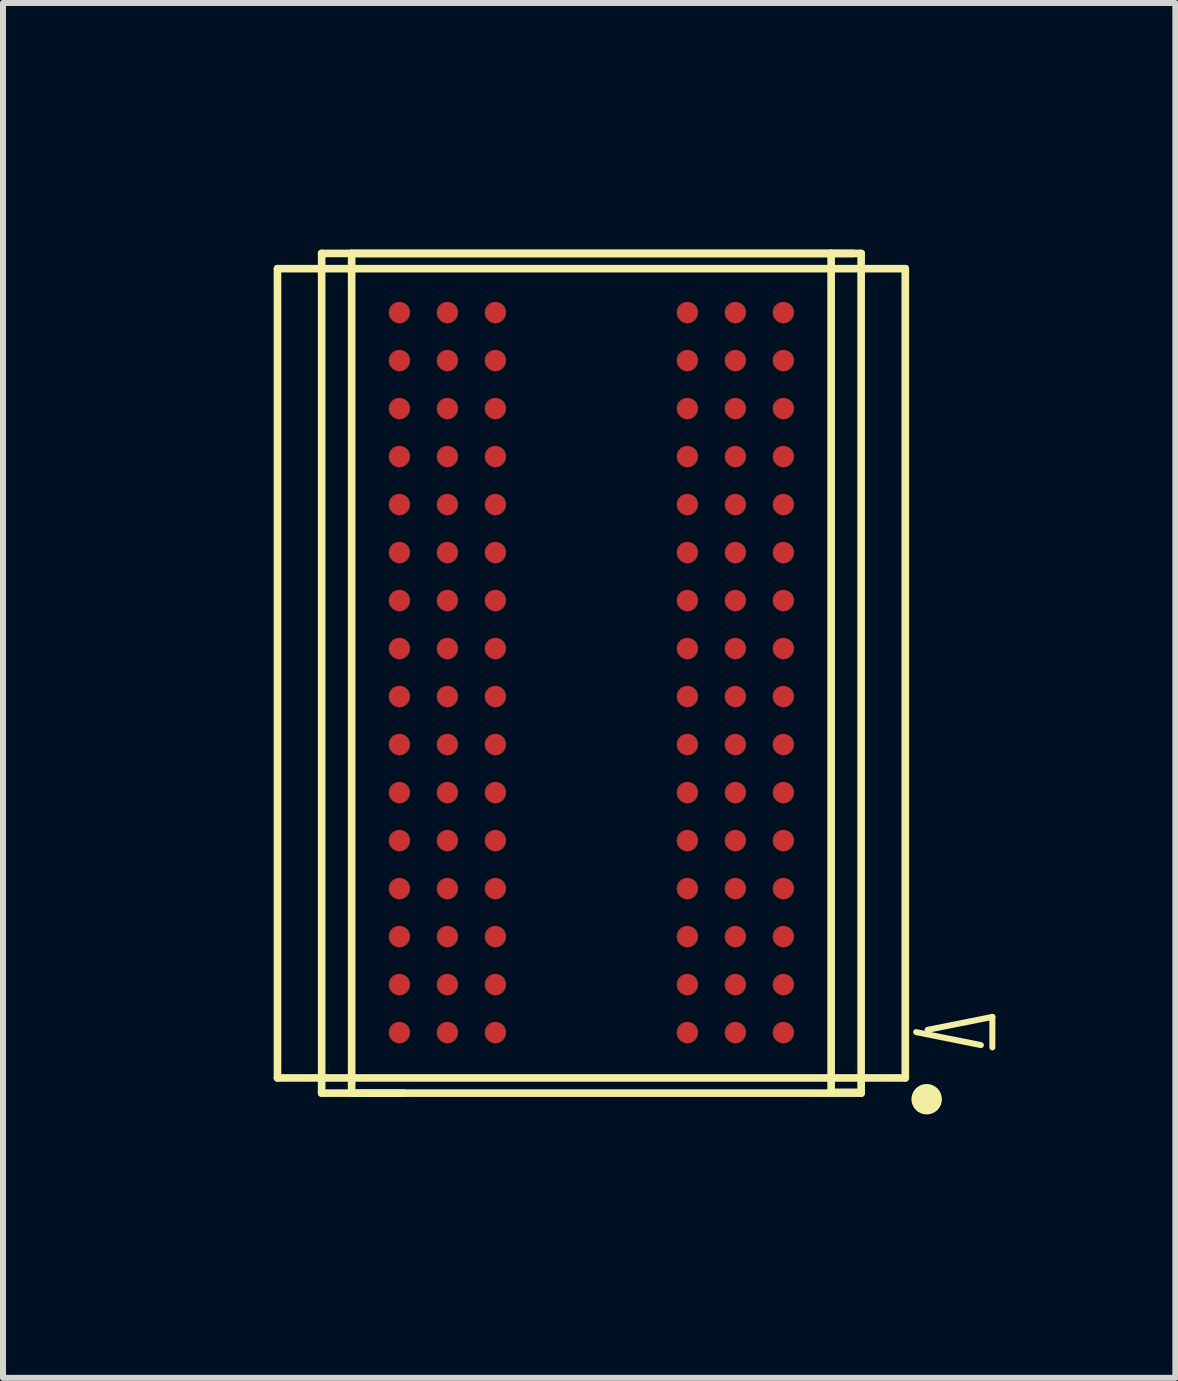
<source format=kicad_pcb>
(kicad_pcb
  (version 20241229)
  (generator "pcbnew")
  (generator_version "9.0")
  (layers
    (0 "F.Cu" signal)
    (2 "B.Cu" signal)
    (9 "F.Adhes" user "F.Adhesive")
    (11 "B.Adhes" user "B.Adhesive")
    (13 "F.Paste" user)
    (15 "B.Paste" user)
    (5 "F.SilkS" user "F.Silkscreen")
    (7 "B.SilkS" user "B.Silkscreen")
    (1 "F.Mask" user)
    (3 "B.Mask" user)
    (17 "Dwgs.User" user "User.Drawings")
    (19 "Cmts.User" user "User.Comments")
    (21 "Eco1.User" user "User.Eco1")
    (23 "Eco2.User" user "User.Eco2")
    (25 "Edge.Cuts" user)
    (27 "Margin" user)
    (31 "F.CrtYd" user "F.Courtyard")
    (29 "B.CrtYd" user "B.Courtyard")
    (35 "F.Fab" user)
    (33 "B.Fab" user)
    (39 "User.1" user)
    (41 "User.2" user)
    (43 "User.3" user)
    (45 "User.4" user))
  (footprint "BGA96_T9_P8_10_3X13_3"
    (layer "F.Cu")
    (at 6.807 8.172)
    (property "Reference" "BGA96_T9_P8_10_3X13_3" (at -0.059 0.797 270) (unlocked yes) (layer "Eco1.User") (effects (font (size 0.33 0.33) (thickness 0.02)) (justify left bottom mirror)))
    (fp_line (start -5.232 6.744) (end -5.232 -6.744) (stroke (width 0.127) (type solid)) (layer "F.SilkS"))
    (fp_line (start -4.496 6.998) (end -4.496 -6.998) (stroke (width 0.127) (type solid)) (layer "F.SilkS"))
    (fp_line (start -3.996 6.998) (end -3.996 -6.998) (stroke (width 0.127) (type solid)) (layer "F.SilkS"))
    (fp_line (start -3.124 6.998) (end -3.996 6.998) (stroke (width 0.127) (type solid)) (layer "F.SilkS"))
    (fp_line (start 3.996 -6.998) (end -3.996 -6.998) (stroke (width 0.127) (type solid)) (layer "F.SilkS"))
    (fp_line (start 3.996 6.985) (end 3.996 -6.998) (stroke (width 0.127) (type solid)) (layer "F.SilkS"))
    (fp_line (start 4.369 -6.998) (end 3.996 -6.998) (stroke (width 0.127) (type solid)) (layer "F.SilkS"))
    (fp_line (start 4.496 -6.998) (end -4.496 -6.998) (stroke (width 0.127) (type solid)) (layer "F.SilkS"))
    (fp_line (start 4.496 6.985) (end 3.996 6.985) (stroke (width 0.127) (type solid)) (layer "F.SilkS"))
    (fp_line (start 4.496 6.998) (end -4.496 6.998) (stroke (width 0.127) (type solid)) (layer "F.SilkS"))
    (fp_line (start 4.496 6.998) (end 4.496 -6.998) (stroke (width 0.127) (type solid)) (layer "F.SilkS"))
    (fp_line (start 5.232 -6.744) (end -5.232 -6.744) (stroke (width 0.127) (type solid)) (layer "F.SilkS"))
    (fp_line (start 5.232 6.744) (end -5.232 6.744) (stroke (width 0.127) (type solid)) (layer "F.SilkS"))
    (fp_line (start 5.232 6.744) (end 5.232 -6.744) (stroke (width 0.127) (type solid)) (layer "F.SilkS"))
    (fp_circle (center 5.588 7.099) (end 5.588 7.226) (stroke (width 0.254) (type solid)) (fill no) (layer "F.SilkS"))
    (fp_poly (pts (xy 5.413 5.981) (xy 6.683 6.235) (xy 6.683 5.727)) (stroke (width 0.1) (type dash)) (fill no) (layer "F.SilkS"))
    (fp_line (start -5.232 6.731) (end -5.232 -6.756) (stroke (width 0.178) (type solid)) (layer "Eco1.User"))
    (fp_line (start -4.496 6.985) (end -4.496 -7.01) (stroke (width 0.178) (type solid)) (layer "Eco1.User"))
    (fp_line (start -4.47 7.258) (end -4.47 -7.283) (stroke (width 0.025) (type solid)) (layer "Eco1.User"))
    (fp_line (start 0 0.368) (end 0 -0.394) (stroke (width 0.025) (type solid)) (layer "Eco1.User"))
    (fp_line (start 0 0.368) (end 0 -0.394) (stroke (width 0.025) (type solid)) (layer "Eco1.User"))
    (fp_line (start 0.381 -0.013) (end -0.381 -0.013) (stroke (width 0.025) (type solid)) (layer "Eco1.User"))
    (fp_line (start 0.381 -0.013) (end -0.381 -0.013) (stroke (width 0.025) (type solid)) (layer "Eco1.User"))
    (fp_line (start 4.47 -7.283) (end -4.47 -7.283) (stroke (width 0.025) (type solid)) (layer "Eco1.User"))
    (fp_line (start 4.47 7.258) (end -4.47 7.258) (stroke (width 0.025) (type solid)) (layer "Eco1.User"))
    (fp_line (start 4.47 7.258) (end 4.47 -7.283) (stroke (width 0.025) (type solid)) (layer "Eco1.User"))
    (fp_line (start 4.496 -7.01) (end -4.496 -7.01) (stroke (width 0.178) (type solid)) (layer "Eco1.User"))
    (fp_line (start 4.496 6.985) (end -4.496 6.985) (stroke (width 0.178) (type solid)) (layer "Eco1.User"))
    (fp_line (start 4.496 6.985) (end 4.496 -7.01) (stroke (width 0.178) (type solid)) (layer "Eco1.User"))
    (fp_line (start 5.232 -6.756) (end -5.232 -6.756) (stroke (width 0.178) (type solid)) (layer "Eco1.User"))
    (fp_line (start 5.232 6.731) (end -5.232 6.731) (stroke (width 0.178) (type solid)) (layer "Eco1.User"))
    (fp_line (start 5.232 6.731) (end 5.232 -6.756) (stroke (width 0.178) (type solid)) (layer "Eco1.User"))
    (fp_circle (center 4.597 6.115) (end 4.597 6.496) (stroke (width 0.178) (type solid)) (fill no) (layer "Eco1.User"))
    (fp_poly (pts (xy 3.2 7.423) (xy 2.946 8.693) (xy 3.454 8.693)) (stroke (width 0.1) (type dash)) (fill no) (layer "Eco1.User"))
    (fp_poly (pts (xy -3.404 -6.236) (xy -3.404 6.21) (xy -1.397 6.21) (xy -1.397 -6.236)) (stroke (width 0.1) (type dash)) (fill no) (layer "Eco1.User"))
    (fp_poly (pts (xy 3.404 6.21) (xy 3.404 -6.236) (xy 1.397 -6.236) (xy 1.397 6.21)) (stroke (width 0.1) (type dash)) (fill no) (layer "Eco1.User"))
    (fp_poly (pts (xy 5.232 6.744) (xy 5.232 -6.744) (xy -5.232 -6.744) (xy -5.232 6.744)) (stroke (width 0.1) (type default)) (fill no) (layer "User.8"))
    (fp_text user "4Gbit" (at 0.991 1.078 0) (unlocked yes) (layer "Eco1.User") (effects (font (size 0.635 0.635) (thickness 0.041)) (justify left bottom mirror)))
    (fp_text user "R2" (at 2.299 -5.229 0) (unlocked yes) (layer "Eco1.User") (effects (font (size 0.127 0.127) (thickness 0.013)) (justify left bottom mirror)))
    (fp_text user "J9" (at -3.302 -0.428 0) (unlocked yes) (layer "Eco1.User") (effects (font (size 0.127 0.127) (thickness 0.013)) (justify left bottom mirror)))
    (fp_text user "A8" (at -2.502 5.972 0) (unlocked yes) (layer "Eco1.User") (effects (font (size 0.127 0.127) (thickness 0.013)) (justify left bottom mirror)))
    (fp_text user "M8" (at -2.502 -2.829 0) (unlocked yes) (layer "Eco1.User") (effects (font (size 0.127 0.127) (thickness 0.013)) (justify left bottom mirror)))
    (fp_text user "B7" (at -1.702 5.172 0) (unlocked yes) (layer "Eco1.User") (effects (font (size 0.127 0.127) (thickness 0.013)) (justify left bottom mirror)))
    (fp_text user "J3" (at 1.499 -0.428 0) (unlocked yes) (layer "Eco1.User") (effects (font (size 0.127 0.127) (thickness 0.013)) (justify left bottom mirror)))
    (fp_text user "H1" (at 3.099 0.372 0) (unlocked yes) (layer "Eco1.User") (effects (font (size 0.127 0.127) (thickness 0.013)) (justify left bottom mirror)))
    (fp_text user "M7" (at -1.702 -2.829 0) (unlocked yes) (layer "Eco1.User") (effects (font (size 0.127 0.127) (thickness 0.013)) (justify left bottom mirror)))
    (fp_text user "F1" (at 3.099 1.972 0) (unlocked yes) (layer "Eco1.User") (effects (font (size 0.127 0.127) (thickness 0.013)) (justify left bottom mirror)))
    (fp_text user "P8" (at -2.502 -4.429 0) (unlocked yes) (layer "Eco1.User") (effects (font (size 0.127 0.127) (thickness 0.013)) (justify left bottom mirror)))
    (fp_text user "E9" (at -3.302 2.772 0) (unlocked yes) (layer "Eco1.User") (effects (font (size 0.127 0.127) (thickness 0.013)) (justify left bottom mirror)))
    (fp_text user "9" (at -4.066 -8.172 90) (unlocked yes) (layer "Eco1.User") (effects (font (size 0.635 0.635) (thickness 0.041)) (justify left bottom mirror)))
    (fp_text user "P3" (at 1.499 -4.429 0) (unlocked yes) (layer "Eco1.User") (effects (font (size 0.127 0.127) (thickness 0.013)) (justify left bottom mirror)))
    (fp_text user "E" (at -6.147 2.189 0) (unlocked yes) (layer "Eco1.User") (effects (font (size 0.635 0.635) (thickness 0.041)) (justify left bottom mirror)))
    (fp_text user "7" (at -2.465 -8.172 90) (unlocked yes) (layer "Eco1.User") (effects (font (size 0.635 0.635) (thickness 0.041)) (justify left bottom mirror)))
    (fp_text user "N9" (at -3.302 -3.629 0) (unlocked yes) (layer "Eco1.User") (effects (font (size 0.127 0.127) (thickness 0.013)) (justify left bottom mirror)))
    (fp_text user "G7" (at -1.702 1.172 0) (unlocked yes) (layer "Eco1.User") (effects (font (size 0.127 0.127) (thickness 0.013)) (justify left bottom mirror)))
    (fp_text user "D2" (at 2.299 3.572 0) (unlocked yes) (layer "Eco1.User") (effects (font (size 0.127 0.127) (thickness 0.013)) (justify left bottom mirror)))
    (fp_text user "C9" (at -3.302 4.372 0) (unlocked yes) (layer "Eco1.User") (effects (font (size 0.127 0.127) (thickness 0.013)) (justify left bottom mirror)))
    (fp_text user "H2" (at 2.299 0.372 0) (unlocked yes) (layer "Eco1.User") (effects (font (size 0.127 0.127) (thickness 0.013)) (justify left bottom mirror)))
    (fp_text user "A7" (at -1.702 5.972 0) (unlocked yes) (layer "Eco1.User") (effects (font (size 0.127 0.127) (thickness 0.013)) (justify left bottom mirror)))
    (fp_text user "G2" (at 2.299 1.172 0) (unlocked yes) (layer "Eco1.User") (effects (font (size 0.127 0.127) (thickness 0.013)) (justify left bottom mirror)))
    (fp_text user "L7" (at -1.702 -2.029 0) (unlocked yes) (layer "Eco1.User") (effects (font (size 0.127 0.127) (thickness 0.013)) (justify left bottom mirror)))
    (fp_text user "K1" (at 3.099 -1.228 0) (unlocked yes) (layer "Eco1.User") (effects (font (size 0.127 0.127) (thickness 0.013)) (justify left bottom mirror)))
    (fp_text user "A1" (at 3.099 5.972 0) (unlocked yes) (layer "Eco1.User") (effects (font (size 0.127 0.127) (thickness 0.013)) (justify left bottom mirror)))
    (fp_text user "R" (at -6.147 -5.812 0) (unlocked yes) (layer "Eco1.User") (effects (font (size 0.635 0.635) (thickness 0.041)) (justify left bottom mirror)))
    (fp_text user "A9" (at -3.302 5.972 0) (unlocked yes) (layer "Eco1.User") (effects (font (size 0.127 0.127) (thickness 0.013)) (justify left bottom mirror)))
    (fp_text user "T2" (at 2.299 -6.029 0) (unlocked yes) (layer "Eco1.User") (effects (font (size 0.127 0.127) (thickness 0.013)) (justify left bottom mirror)))
    (fp_text user "D1" (at 3.099 3.572 0) (unlocked yes) (layer "Eco1.User") (effects (font (size 0.127 0.127) (thickness 0.013)) (justify left bottom mirror)))
    (fp_text user "R3" (at 1.499 -5.229 0) (unlocked yes) (layer "Eco1.User") (effects (font (size 0.127 0.127) (thickness 0.013)) (justify left bottom mirror)))
    (fp_text user "H8" (at -2.502 0.372 0) (unlocked yes) (layer "Eco1.User") (effects (font (size 0.127 0.127) (thickness 0.013)) (justify left bottom mirror)))
    (fp_text user "L1" (at 3.099 -2.029 0) (unlocked yes) (layer "Eco1.User") (effects (font (size 0.127 0.127) (thickness 0.013)) (justify left bottom mirror)))
    (fp_text user "N1" (at 3.099 -3.629 0) (unlocked yes) (layer "Eco1.User") (effects (font (size 0.127 0.127) (thickness 0.013)) (justify left bottom mirror)))
    (fp_text user "L8" (at -2.502 -2.029 0) (unlocked yes) (layer "Eco1.User") (effects (font (size 0.127 0.127) (thickness 0.013)) (justify left bottom mirror)))
    (fp_text user "P9" (at -3.302 -4.429 0) (unlocked yes) (layer "Eco1.User") (effects (font (size 0.127 0.127) (thickness 0.013)) (justify left bottom mirror)))
    (fp_text user "F2" (at 2.299 1.972 0) (unlocked yes) (layer "Eco1.User") (effects (font (size 0.127 0.127) (thickness 0.013)) (justify left bottom mirror)))
    (fp_text user "C8" (at -2.502 4.372 0) (unlocked yes) (layer "Eco1.User") (effects (font (size 0.127 0.127) (thickness 0.013)) (justify left bottom mirror)))
    (fp_text user "K2" (at 2.299 -1.228 0) (unlocked yes) (layer "Eco1.User") (effects (font (size 0.127 0.127) (thickness 0.013)) (justify left bottom mirror)))
    (fp_text user "L9" (at -3.302 -2.029 0) (unlocked yes) (layer "Eco1.User") (effects (font (size 0.127 0.127) (thickness 0.013)) (justify left bottom mirror)))
    (fp_text user "J2" (at 2.299 -0.428 0) (unlocked yes) (layer "Eco1.User") (effects (font (size 0.127 0.127) (thickness 0.013)) (justify left bottom mirror)))
    (fp_text user "F8" (at -2.502 1.972 0) (unlocked yes) (layer "Eco1.User") (effects (font (size 0.127 0.127) (thickness 0.013)) (justify left bottom mirror)))
    (fp_text user "N8" (at -2.502 -3.629 0) (unlocked yes) (layer "Eco1.User") (effects (font (size 0.127 0.127) (thickness 0.013)) (justify left bottom mirror)))
    (fp_text user "T8" (at -2.502 -6.029 0) (unlocked yes) (layer "Eco1.User") (effects (font (size 0.127 0.127) (thickness 0.013)) (justify left bottom mirror)))
    (fp_text user "F9" (at -3.302 1.972 0) (unlocked yes) (layer "Eco1.User") (effects (font (size 0.127 0.127) (thickness 0.013)) (justify left bottom mirror)))
    (fp_text user "M3" (at 1.499 -2.829 0) (unlocked yes) (layer "Eco1.User") (effects (font (size 0.127 0.127) (thickness 0.013)) (justify left bottom mirror)))
    (fp_text user "A3" (at 1.499 5.972 0) (unlocked yes) (layer "Eco1.User") (effects (font (size 0.127 0.127) (thickness 0.013)) (justify left bottom mirror)))
    (fp_text user "N3" (at 1.499 -3.629 0) (unlocked yes) (layer "Eco1.User") (effects (font (size 0.127 0.127) (thickness 0.013)) (justify left bottom mirror)))
    (fp_text user "3" (at 0.735 -8.172 90) (unlocked yes) (layer "Eco1.User") (effects (font (size 0.635 0.635) (thickness 0.041)) (justify left bottom mirror)))
    (fp_text user "E8" (at -2.502 2.772 0) (unlocked yes) (layer "Eco1.User") (effects (font (size 0.127 0.127) (thickness 0.013)) (justify left bottom mirror)))
    (fp_text user "C" (at -6.147 3.789 0) (unlocked yes) (layer "Eco1.User") (effects (font (size 0.635 0.635) (thickness 0.041)) (justify left bottom mirror)))
    (fp_text user "G9" (at -3.302 1.172 0) (unlocked yes) (layer "Eco1.User") (effects (font (size 0.127 0.127) (thickness 0.013)) (justify left bottom mirror)))
    (fp_text user "J" (at -6.147 -1.011 0) (unlocked yes) (layer "Eco1.User") (effects (font (size 0.635 0.635) (thickness 0.041)) (justify left bottom mirror)))
    (fp_text user "J7" (at -1.702 -0.428 0) (unlocked yes) (layer "Eco1.User") (effects (font (size 0.127 0.127) (thickness 0.013)) (justify left bottom mirror)))
    (fp_text user "H3" (at 1.499 0.372 0) (unlocked yes) (layer "Eco1.User") (effects (font (size 0.127 0.127) (thickness 0.013)) (justify left bottom mirror)))
    (fp_text user "T3" (at 1.499 -6.029 0) (unlocked yes) (layer "Eco1.User") (effects (font (size 0.127 0.127) (thickness 0.013)) (justify left bottom mirror)))
    (fp_text user "B2" (at 2.299 5.172 0) (unlocked yes) (layer "Eco1.User") (effects (font (size 0.127 0.127) (thickness 0.013)) (justify left bottom mirror)))
    (fp_text user "P2" (at 2.299 -4.429 0) (unlocked yes) (layer "Eco1.User") (effects (font (size 0.127 0.127) (thickness 0.013)) (justify left bottom mirror)))
    (fp_text user "R7" (at -1.702 -5.229 0) (unlocked yes) (layer "Eco1.User") (effects (font (size 0.127 0.127) (thickness 0.013)) (justify left bottom mirror)))
    (fp_text user "L3" (at 1.499 -2.029 0) (unlocked yes) (layer "Eco1.User") (effects (font (size 0.127 0.127) (thickness 0.013)) (justify left bottom mirror)))
    (fp_text user "M2" (at 2.299 -2.829 0) (unlocked yes) (layer "Eco1.User") (effects (font (size 0.127 0.127) (thickness 0.013)) (justify left bottom mirror)))
    (fp_text user "D7" (at -1.702 3.572 0) (unlocked yes) (layer "Eco1.User") (effects (font (size 0.127 0.127) (thickness 0.013)) (justify left bottom mirror)))
    (fp_text user "B3" (at 1.499 5.172 0) (unlocked yes) (layer "Eco1.User") (effects (font (size 0.127 0.127) (thickness 0.013)) (justify left bottom mirror)))
    (fp_text user "H9" (at -3.302 0.372 0) (unlocked yes) (layer "Eco1.User") (effects (font (size 0.127 0.127) (thickness 0.013)) (justify left bottom mirror)))
    (fp_text user "C2" (at 2.299 4.372 0) (unlocked yes) (layer "Eco1.User") (effects (font (size 0.127 0.127) (thickness 0.013)) (justify left bottom mirror)))
    (fp_text user "M1" (at 3.099 -2.829 0) (unlocked yes) (layer "Eco1.User") (effects (font (size 0.127 0.127) (thickness 0.013)) (justify left bottom mirror)))
    (fp_text user "J8" (at -2.502 -0.428 0) (unlocked yes) (layer "Eco1.User") (effects (font (size 0.127 0.127) (thickness 0.013)) (justify left bottom mirror)))
    (fp_text user "F3" (at 1.499 1.972 0) (unlocked yes) (layer "Eco1.User") (effects (font (size 0.127 0.127) (thickness 0.013)) (justify left bottom mirror)))
    (fp_text user "R8" (at -2.502 -5.229 0) (unlocked yes) (layer "Eco1.User") (effects (font (size 0.127 0.127) (thickness 0.013)) (justify left bottom mirror)))
    (fp_text user "B8" (at -2.502 5.172 0) (unlocked yes) (layer "Eco1.User") (effects (font (size 0.127 0.127) (thickness 0.013)) (justify left bottom mirror)))
    (fp_text user "C7" (at -1.702 4.372 0) (unlocked yes) (layer "Eco1.User") (effects (font (size 0.127 0.127) (thickness 0.013)) (justify left bottom mirror)))
    (fp_text user "1" (at 2.335 -8.172 90) (unlocked yes) (layer "Eco1.User") (effects (font (size 0.635 0.635) (thickness 0.041)) (justify left bottom mirror)))
    (fp_text user "E1" (at 3.099 2.772 0) (unlocked yes) (layer "Eco1.User") (effects (font (size 0.127 0.127) (thickness 0.013)) (justify left bottom mirror)))
    (fp_text user "G1" (at 3.099 1.172 0) (unlocked yes) (layer "Eco1.User") (effects (font (size 0.127 0.127) (thickness 0.013)) (justify left bottom mirror)))
    (fp_text user "R1" (at 3.099 -5.229 0) (unlocked yes) (layer "Eco1.User") (effects (font (size 0.127 0.127) (thickness 0.013)) (justify left bottom mirror)))
    (fp_text user "D8" (at -2.502 3.572 0) (unlocked yes) (layer "Eco1.User") (effects (font (size 0.127 0.127) (thickness 0.013)) (justify left bottom mirror)))
    (fp_text user "N7" (at -1.702 -3.629 0) (unlocked yes) (layer "Eco1.User") (effects (font (size 0.127 0.127) (thickness 0.013)) (justify left bottom mirror)))
    (fp_text user "E2" (at 2.299 2.772 0) (unlocked yes) (layer "Eco1.User") (effects (font (size 0.127 0.127) (thickness 0.013)) (justify left bottom mirror)))
    (fp_text user "K8" (at -2.502 -1.228 0) (unlocked yes) (layer "Eco1.User") (effects (font (size 0.127 0.127) (thickness 0.013)) (justify left bottom mirror)))
    (fp_text user "B1" (at 3.099 5.172 0) (unlocked yes) (layer "Eco1.User") (effects (font (size 0.127 0.127) (thickness 0.013)) (justify left bottom mirror)))
    (fp_text user "D9" (at -3.302 3.572 0) (unlocked yes) (layer "Eco1.User") (effects (font (size 0.127 0.127) (thickness 0.013)) (justify left bottom mirror)))
    (fp_text user "P1" (at 3.099 -4.429 0) (unlocked yes) (layer "Eco1.User") (effects (font (size 0.127 0.127) (thickness 0.013)) (justify left bottom mirror)))
    (fp_text user "C1" (at 3.099 4.372 0) (unlocked yes) (layer "Eco1.User") (effects (font (size 0.127 0.127) (thickness 0.013)) (justify left bottom mirror)))
    (fp_text user "E3" (at 1.499 2.772 0) (unlocked yes) (layer "Eco1.User") (effects (font (size 0.127 0.127) (thickness 0.013)) (justify left bottom mirror)))
    (fp_text user "G" (at -6.147 0.589 0) (unlocked yes) (layer "Eco1.User") (effects (font (size 0.635 0.635) (thickness 0.041)) (justify left bottom mirror)))
    (fp_text user "A" (at -6.147 5.39 0) (unlocked yes) (layer "Eco1.User") (effects (font (size 0.635 0.635) (thickness 0.041)) (justify left bottom mirror)))
    (fp_text user "B9" (at -3.302 5.172 0) (unlocked yes) (layer "Eco1.User") (effects (font (size 0.127 0.127) (thickness 0.013)) (justify left bottom mirror)))
    (fp_text user "T7" (at -1.702 -6.029 0) (unlocked yes) (layer "Eco1.User") (effects (font (size 0.127 0.127) (thickness 0.013)) (justify left bottom mirror)))
    (fp_text user "M9" (at -3.302 -2.829 0) (unlocked yes) (layer "Eco1.User") (effects (font (size 0.127 0.127) (thickness 0.013)) (justify left bottom mirror)))
    (fp_text user "D3" (at 1.499 3.572 0) (unlocked yes) (layer "Eco1.User") (effects (font (size 0.127 0.127) (thickness 0.013)) (justify left bottom mirror)))
    (fp_text user "E7" (at -1.702 2.772 0) (unlocked yes) (layer "Eco1.User") (effects (font (size 0.127 0.127) (thickness 0.013)) (justify left bottom mirror)))
    (fp_text user "G3" (at 1.499 1.172 0) (unlocked yes) (layer "Eco1.User") (effects (font (size 0.127 0.127) (thickness 0.013)) (justify left bottom mirror)))
    (fp_text user "K3" (at 1.499 -1.228 0) (unlocked yes) (layer "Eco1.User") (effects (font (size 0.127 0.127) (thickness 0.013)) (justify left bottom mirror)))
    (fp_text user "L" (at -6.147 -2.611 0) (unlocked yes) (layer "Eco1.User") (effects (font (size 0.635 0.635) (thickness 0.041)) (justify left bottom mirror)))
    (fp_text user "G8" (at -2.502 1.172 0) (unlocked yes) (layer "Eco1.User") (effects (font (size 0.127 0.127) (thickness 0.013)) (justify left bottom mirror)))
    (fp_text user "N" (at -6.147 -4.212 0) (unlocked yes) (layer "Eco1.User") (effects (font (size 0.635 0.635) (thickness 0.041)) (justify left bottom mirror)))
    (fp_text user "A2" (at 2.299 5.972 0) (unlocked yes) (layer "Eco1.User") (effects (font (size 0.127 0.127) (thickness 0.013)) (justify left bottom mirror)))
    (fp_text user "P7" (at -1.702 -4.429 0) (unlocked yes) (layer "Eco1.User") (effects (font (size 0.127 0.127) (thickness 0.013)) (justify left bottom mirror)))
    (fp_text user "K7" (at -1.702 -1.228 0) (unlocked yes) (layer "Eco1.User") (effects (font (size 0.127 0.127) (thickness 0.013)) (justify left bottom mirror)))
    (fp_text user "K9" (at -3.302 -1.228 0) (unlocked yes) (layer "Eco1.User") (effects (font (size 0.127 0.127) (thickness 0.013)) (justify left bottom mirror)))
    (fp_text user "F7" (at -1.702 1.972 0) (unlocked yes) (layer "Eco1.User") (effects (font (size 0.127 0.127) (thickness 0.013)) (justify left bottom mirror)))
    (fp_text user "L2" (at 2.299 -2.029 0) (unlocked yes) (layer "Eco1.User") (effects (font (size 0.127 0.127) (thickness 0.013)) (justify left bottom mirror)))
    (fp_text user "J1" (at 3.099 -0.428 0) (unlocked yes) (layer "Eco1.User") (effects (font (size 0.127 0.127) (thickness 0.013)) (justify left bottom mirror)))
    (fp_text user "C3" (at 1.499 4.372 0) (unlocked yes) (layer "Eco1.User") (effects (font (size 0.127 0.127) (thickness 0.013)) (justify left bottom mirror)))
    (fp_text user "H7" (at -1.702 0.372 0) (unlocked yes) (layer "Eco1.User") (effects (font (size 0.127 0.127) (thickness 0.013)) (justify left bottom mirror)))
    (fp_text user "T1" (at 3.099 -6.029 0) (unlocked yes) (layer "Eco1.User") (effects (font (size 0.127 0.127) (thickness 0.013)) (justify left bottom mirror)))
    (fp_text user "T9" (at -3.302 -6.029 0) (unlocked yes) (layer "Eco1.User") (effects (font (size 0.127 0.127) (thickness 0.013)) (justify left bottom mirror)))
    (fp_text user "N2" (at 2.299 -3.629 0) (unlocked yes) (layer "Eco1.User") (effects (font (size 0.127 0.127) (thickness 0.013)) (justify left bottom mirror)))
    (fp_text user "R9" (at -3.302 -5.229 0) (unlocked yes) (layer "Eco1.User") (effects (font (size 0.127 0.127) (thickness 0.013)) (justify left bottom mirror)))
    (pad "A1" smd circle (at 3.2 5.988 180) (size 0.356 0.356) (layers "F.Cu" "F.Mask" "F.Paste"))
    (pad "A2" smd circle (at 2.4 5.988 180) (size 0.356 0.356) (layers "F.Cu" "F.Mask" "F.Paste"))
    (pad "A3" smd circle (at 1.6 5.988 180) (size 0.356 0.356) (layers "F.Cu" "F.Mask" "F.Paste"))
    (pad "A7" smd circle (at -1.6 5.988 180) (size 0.356 0.356) (layers "F.Cu" "F.Mask" "F.Paste"))
    (pad "A8" smd circle (at -2.4 5.988 180) (size 0.356 0.356) (layers "F.Cu" "F.Mask" "F.Paste"))
    (pad "A9" smd circle (at -3.2 5.988 180) (size 0.356 0.356) (layers "F.Cu" "F.Mask" "F.Paste"))
    (pad "B1" smd circle (at 3.2 5.188 180) (size 0.356 0.356) (layers "F.Cu" "F.Mask" "F.Paste"))
    (pad "B2" smd circle (at 2.4 5.188 180) (size 0.356 0.356) (layers "F.Cu" "F.Mask" "F.Paste"))
    (pad "B3" smd circle (at 1.6 5.188 180) (size 0.356 0.356) (layers "F.Cu" "F.Mask" "F.Paste"))
    (pad "B7" smd circle (at -1.6 5.188 180) (size 0.356 0.356) (layers "F.Cu" "F.Mask" "F.Paste"))
    (pad "B8" smd circle (at -2.4 5.188 180) (size 0.356 0.356) (layers "F.Cu" "F.Mask" "F.Paste"))
    (pad "B9" smd circle (at -3.2 5.188 180) (size 0.356 0.356) (layers "F.Cu" "F.Mask" "F.Paste"))
    (pad "C1" smd circle (at 3.2 4.388 180) (size 0.356 0.356) (layers "F.Cu" "F.Mask" "F.Paste"))
    (pad "C2" smd circle (at 2.4 4.388 180) (size 0.356 0.356) (layers "F.Cu" "F.Mask" "F.Paste"))
    (pad "C3" smd circle (at 1.6 4.388 180) (size 0.356 0.356) (layers "F.Cu" "F.Mask" "F.Paste"))
    (pad "C7" smd circle (at -1.6 4.388 180) (size 0.356 0.356) (layers "F.Cu" "F.Mask" "F.Paste"))
    (pad "C8" smd circle (at -2.4 4.388 180) (size 0.356 0.356) (layers "F.Cu" "F.Mask" "F.Paste"))
    (pad "C9" smd circle (at -3.2 4.388 180) (size 0.356 0.356) (layers "F.Cu" "F.Mask" "F.Paste"))
    (pad "D1" smd circle (at 3.2 3.588 180) (size 0.356 0.356) (layers "F.Cu" "F.Mask" "F.Paste"))
    (pad "D2" smd circle (at 2.4 3.588 180) (size 0.356 0.356) (layers "F.Cu" "F.Mask" "F.Paste"))
    (pad "D3" smd circle (at 1.6 3.588 180) (size 0.356 0.356) (layers "F.Cu" "F.Mask" "F.Paste"))
    (pad "D7" smd circle (at -1.6 3.588 180) (size 0.356 0.356) (layers "F.Cu" "F.Mask" "F.Paste"))
    (pad "D8" smd circle (at -2.4 3.588 180) (size 0.356 0.356) (layers "F.Cu" "F.Mask" "F.Paste"))
    (pad "D9" smd circle (at -3.2 3.588 180) (size 0.356 0.356) (layers "F.Cu" "F.Mask" "F.Paste"))
    (pad "E1" smd circle (at 3.2 2.788 180) (size 0.356 0.356) (layers "F.Cu" "F.Mask" "F.Paste"))
    (pad "E2" smd circle (at 2.4 2.788 180) (size 0.356 0.356) (layers "F.Cu" "F.Mask" "F.Paste"))
    (pad "E3" smd circle (at 1.6 2.788 180) (size 0.356 0.356) (layers "F.Cu" "F.Mask" "F.Paste"))
    (pad "E7" smd circle (at -1.6 2.788 180) (size 0.356 0.356) (layers "F.Cu" "F.Mask" "F.Paste"))
    (pad "E8" smd circle (at -2.4 2.788 180) (size 0.356 0.356) (layers "F.Cu" "F.Mask" "F.Paste"))
    (pad "E9" smd circle (at -3.2 2.788 180) (size 0.356 0.356) (layers "F.Cu" "F.Mask" "F.Paste"))
    (pad "F1" smd circle (at 3.2 1.988 180) (size 0.356 0.356) (layers "F.Cu" "F.Mask" "F.Paste"))
    (pad "F2" smd circle (at 2.4 1.988 180) (size 0.356 0.356) (layers "F.Cu" "F.Mask" "F.Paste"))
    (pad "F3" smd circle (at 1.6 1.988 180) (size 0.356 0.356) (layers "F.Cu" "F.Mask" "F.Paste"))
    (pad "F7" smd circle (at -1.6 1.988 180) (size 0.356 0.356) (layers "F.Cu" "F.Mask" "F.Paste"))
    (pad "F8" smd circle (at -2.4 1.988 180) (size 0.356 0.356) (layers "F.Cu" "F.Mask" "F.Paste"))
    (pad "F9" smd circle (at -3.2 1.988 180) (size 0.356 0.356) (layers "F.Cu" "F.Mask" "F.Paste"))
    (pad "G1" smd circle (at 3.2 1.187 180) (size 0.356 0.356) (layers "F.Cu" "F.Mask" "F.Paste"))
    (pad "G2" smd circle (at 2.4 1.187 180) (size 0.356 0.356) (layers "F.Cu" "F.Mask" "F.Paste"))
    (pad "G3" smd circle (at 1.6 1.187 180) (size 0.356 0.356) (layers "F.Cu" "F.Mask" "F.Paste"))
    (pad "G7" smd circle (at -1.6 1.187 180) (size 0.356 0.356) (layers "F.Cu" "F.Mask" "F.Paste"))
    (pad "G8" smd circle (at -2.4 1.187 180) (size 0.356 0.356) (layers "F.Cu" "F.Mask" "F.Paste"))
    (pad "G9" smd circle (at -3.2 1.187 180) (size 0.356 0.356) (layers "F.Cu" "F.Mask" "F.Paste"))
    (pad "H1" smd circle (at 3.2 0.387 180) (size 0.356 0.356) (layers "F.Cu" "F.Mask" "F.Paste"))
    (pad "H2" smd circle (at 2.4 0.387 180) (size 0.356 0.356) (layers "F.Cu" "F.Mask" "F.Paste"))
    (pad "H3" smd circle (at 1.6 0.387 180) (size 0.356 0.356) (layers "F.Cu" "F.Mask" "F.Paste"))
    (pad "H7" smd circle (at -1.6 0.387 180) (size 0.356 0.356) (layers "F.Cu" "F.Mask" "F.Paste"))
    (pad "H8" smd circle (at -2.4 0.387 180) (size 0.356 0.356) (layers "F.Cu" "F.Mask" "F.Paste"))
    (pad "H9" smd circle (at -3.2 0.387 180) (size 0.356 0.356) (layers "F.Cu" "F.Mask" "F.Paste"))
    (pad "J1" smd circle (at 3.2 -0.413 180) (size 0.356 0.356) (layers "F.Cu" "F.Mask" "F.Paste"))
    (pad "J2" smd circle (at 2.4 -0.413 180) (size 0.356 0.356) (layers "F.Cu" "F.Mask" "F.Paste"))
    (pad "J3" smd circle (at 1.6 -0.413 180) (size 0.356 0.356) (layers "F.Cu" "F.Mask" "F.Paste"))
    (pad "J7" smd circle (at -1.6 -0.413 180) (size 0.356 0.356) (layers "F.Cu" "F.Mask" "F.Paste"))
    (pad "J8" smd circle (at -2.4 -0.413 180) (size 0.356 0.356) (layers "F.Cu" "F.Mask" "F.Paste"))
    (pad "J9" smd circle (at -3.2 -0.413 180) (size 0.356 0.356) (layers "F.Cu" "F.Mask" "F.Paste"))
    (pad "K1" smd circle (at 3.2 -1.213 180) (size 0.356 0.356) (layers "F.Cu" "F.Mask" "F.Paste"))
    (pad "K2" smd circle (at 2.4 -1.213 180) (size 0.356 0.356) (layers "F.Cu" "F.Mask" "F.Paste"))
    (pad "K3" smd circle (at 1.6 -1.213 180) (size 0.356 0.356) (layers "F.Cu" "F.Mask" "F.Paste"))
    (pad "K7" smd circle (at -1.6 -1.213 180) (size 0.356 0.356) (layers "F.Cu" "F.Mask" "F.Paste"))
    (pad "K8" smd circle (at -2.4 -1.213 180) (size 0.356 0.356) (layers "F.Cu" "F.Mask" "F.Paste"))
    (pad "K9" smd circle (at -3.2 -1.213 180) (size 0.356 0.356) (layers "F.Cu" "F.Mask" "F.Paste"))
    (pad "L1" smd circle (at 3.2 -2.013 180) (size 0.356 0.356) (layers "F.Cu" "F.Mask" "F.Paste"))
    (pad "L2" smd circle (at 2.4 -2.013 180) (size 0.356 0.356) (layers "F.Cu" "F.Mask" "F.Paste"))
    (pad "L3" smd circle (at 1.6 -2.013 180) (size 0.356 0.356) (layers "F.Cu" "F.Mask" "F.Paste"))
    (pad "L7" smd circle (at -1.6 -2.013 180) (size 0.356 0.356) (layers "F.Cu" "F.Mask" "F.Paste"))
    (pad "L8" smd circle (at -2.4 -2.013 180) (size 0.356 0.356) (layers "F.Cu" "F.Mask" "F.Paste"))
    (pad "L9" smd circle (at -3.2 -2.013 180) (size 0.356 0.356) (layers "F.Cu" "F.Mask" "F.Paste"))
    (pad "M1" smd circle (at 3.2 -2.813 180) (size 0.356 0.356) (layers "F.Cu" "F.Mask" "F.Paste"))
    (pad "M2" smd circle (at 2.4 -2.813 180) (size 0.356 0.356) (layers "F.Cu" "F.Mask" "F.Paste"))
    (pad "M3" smd circle (at 1.6 -2.813 180) (size 0.356 0.356) (layers "F.Cu" "F.Mask" "F.Paste"))
    (pad "M7" smd circle (at -1.6 -2.813 180) (size 0.356 0.356) (layers "F.Cu" "F.Mask" "F.Paste"))
    (pad "M8" smd circle (at -2.4 -2.813 180) (size 0.356 0.356) (layers "F.Cu" "F.Mask" "F.Paste"))
    (pad "M9" smd circle (at -3.2 -2.813 180) (size 0.356 0.356) (layers "F.Cu" "F.Mask" "F.Paste"))
    (pad "N1" smd circle (at 3.2 -3.613 180) (size 0.356 0.356) (layers "F.Cu" "F.Mask" "F.Paste"))
    (pad "N2" smd circle (at 2.4 -3.613 180) (size 0.356 0.356) (layers "F.Cu" "F.Mask" "F.Paste"))
    (pad "N3" smd circle (at 1.6 -3.613 180) (size 0.356 0.356) (layers "F.Cu" "F.Mask" "F.Paste"))
    (pad "N7" smd circle (at -1.6 -3.613 180) (size 0.356 0.356) (layers "F.Cu" "F.Mask" "F.Paste"))
    (pad "N8" smd circle (at -2.4 -3.613 180) (size 0.356 0.356) (layers "F.Cu" "F.Mask" "F.Paste"))
    (pad "N9" smd circle (at -3.2 -3.613 180) (size 0.356 0.356) (layers "F.Cu" "F.Mask" "F.Paste"))
    (pad "P1" smd circle (at 3.2 -4.413 180) (size 0.356 0.356) (layers "F.Cu" "F.Mask" "F.Paste"))
    (pad "P2" smd circle (at 2.4 -4.413 180) (size 0.356 0.356) (layers "F.Cu" "F.Mask" "F.Paste"))
    (pad "P3" smd circle (at 1.6 -4.413 180) (size 0.356 0.356) (layers "F.Cu" "F.Mask" "F.Paste"))
    (pad "P7" smd circle (at -1.6 -4.413 180) (size 0.356 0.356) (layers "F.Cu" "F.Mask" "F.Paste"))
    (pad "P8" smd circle (at -2.4 -4.413 180) (size 0.356 0.356) (layers "F.Cu" "F.Mask" "F.Paste"))
    (pad "P9" smd circle (at -3.2 -4.413 180) (size 0.356 0.356) (layers "F.Cu" "F.Mask" "F.Paste"))
    (pad "R1" smd circle (at 3.2 -5.213 180) (size 0.356 0.356) (layers "F.Cu" "F.Mask" "F.Paste"))
    (pad "R2" smd circle (at 2.4 -5.213 180) (size 0.356 0.356) (layers "F.Cu" "F.Mask" "F.Paste"))
    (pad "R3" smd circle (at 1.6 -5.213 180) (size 0.356 0.356) (layers "F.Cu" "F.Mask" "F.Paste"))
    (pad "R7" smd circle (at -1.6 -5.213 180) (size 0.356 0.356) (layers "F.Cu" "F.Mask" "F.Paste"))
    (pad "R8" smd circle (at -2.4 -5.213 180) (size 0.356 0.356) (layers "F.Cu" "F.Mask" "F.Paste"))
    (pad "R9" smd circle (at -3.2 -5.213 180) (size 0.356 0.356) (layers "F.Cu" "F.Mask" "F.Paste"))
    (pad "T1" smd circle (at 3.2 -6.013 180) (size 0.356 0.356) (layers "F.Cu" "F.Mask" "F.Paste"))
    (pad "T2" smd circle (at 2.4 -6.013 180) (size 0.356 0.356) (layers "F.Cu" "F.Mask" "F.Paste"))
    (pad "T3" smd circle (at 1.6 -6.013 180) (size 0.356 0.356) (layers "F.Cu" "F.Mask" "F.Paste"))
    (pad "T7" smd circle (at -1.6 -6.013 180) (size 0.356 0.356) (layers "F.Cu" "F.Mask" "F.Paste"))
    (pad "T8" smd circle (at -2.4 -6.013 180) (size 0.356 0.356) (layers "F.Cu" "F.Mask" "F.Paste"))
    (pad "T9" smd circle (at -3.2 -6.013 180) (size 0.356 0.356) (layers "F.Cu" "F.Mask" "F.Paste")))
  (gr_rect
    (start -3 -3)
    (end 16.54 19.916)
    (stroke (width 0.1) (type default))
    (fill no)
    (layer "Edge.Cuts")))
</source>
